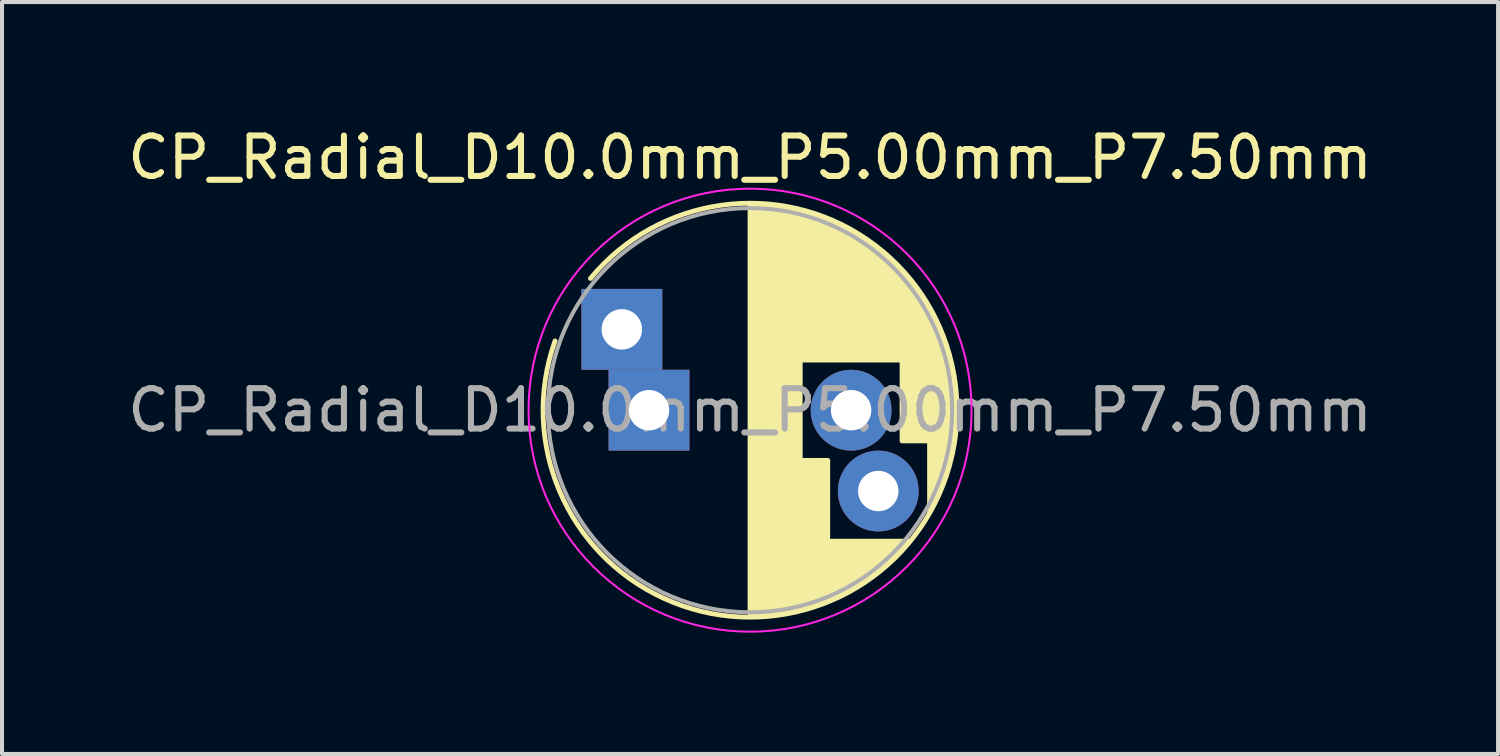
<source format=kicad_pcb>
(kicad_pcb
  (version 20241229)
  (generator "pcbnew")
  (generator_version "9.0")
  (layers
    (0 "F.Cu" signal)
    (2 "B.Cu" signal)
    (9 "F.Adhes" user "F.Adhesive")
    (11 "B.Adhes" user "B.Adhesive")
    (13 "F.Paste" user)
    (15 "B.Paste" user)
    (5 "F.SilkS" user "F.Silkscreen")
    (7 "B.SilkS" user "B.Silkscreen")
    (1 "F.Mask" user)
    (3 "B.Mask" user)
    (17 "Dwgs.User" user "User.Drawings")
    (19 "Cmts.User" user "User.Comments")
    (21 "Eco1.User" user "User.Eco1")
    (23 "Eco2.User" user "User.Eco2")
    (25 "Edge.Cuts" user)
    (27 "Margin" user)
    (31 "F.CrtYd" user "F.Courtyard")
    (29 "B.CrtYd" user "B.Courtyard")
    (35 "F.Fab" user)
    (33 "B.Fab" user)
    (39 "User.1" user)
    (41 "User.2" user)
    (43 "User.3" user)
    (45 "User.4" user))
  (footprint "CP_Radial_D10.0mm_P5.00mm_P7.50mm"
    (layer "F.Cu")
    (at 13.006 7.098)
    (property "Reference" "CP_Radial_D10.0mm_P5.00mm_P7.50mm" (at 2.5 -6.25 0) (layer "F.SilkS") (effects (font (size 1 1) (thickness 0.15))))
    (attr through_hole)
    (fp_line (start 2.5 -5.08) (end 2.5 5.08) (stroke (width 0.12) (type solid)) (layer "F.SilkS"))
    (fp_line (start 2.54 -5.08) (end 2.54 5.08) (stroke (width 0.12) (type solid)) (layer "F.SilkS"))
    (fp_line (start 2.58 -5.08) (end 2.58 5.08) (stroke (width 0.12) (type solid)) (layer "F.SilkS"))
    (fp_line (start 2.62 -5.079) (end 2.62 5.079) (stroke (width 0.12) (type solid)) (layer "F.SilkS"))
    (fp_line (start 2.66 -5.078) (end 2.66 5.078) (stroke (width 0.12) (type solid)) (layer "F.SilkS"))
    (fp_line (start 2.7 -5.077) (end 2.7 5.077) (stroke (width 0.12) (type solid)) (layer "F.SilkS"))
    (fp_line (start 2.74 -5.075) (end 2.74 5.075) (stroke (width 0.12) (type solid)) (layer "F.SilkS"))
    (fp_line (start 2.78 -5.073) (end 2.78 5.073) (stroke (width 0.12) (type solid)) (layer "F.SilkS"))
    (fp_line (start 2.82 -5.07) (end 2.82 5.07) (stroke (width 0.12) (type solid)) (layer "F.SilkS"))
    (fp_line (start 2.86 -5.068) (end 2.86 5.068) (stroke (width 0.12) (type solid)) (layer "F.SilkS"))
    (fp_line (start 2.9 -5.065) (end 2.9 5.065) (stroke (width 0.12) (type solid)) (layer "F.SilkS"))
    (fp_line (start 2.94 -5.062) (end 2.94 5.062) (stroke (width 0.12) (type solid)) (layer "F.SilkS"))
    (fp_line (start 2.98 -5.058) (end 2.98 5.058) (stroke (width 0.12) (type solid)) (layer "F.SilkS"))
    (fp_line (start 3.02 -5.054) (end 3.02 5.054) (stroke (width 0.12) (type solid)) (layer "F.SilkS"))
    (fp_line (start 3.06 -5.05) (end 3.06 5.05) (stroke (width 0.12) (type solid)) (layer "F.SilkS"))
    (fp_line (start 3.1 -5.045) (end 3.1 5.045) (stroke (width 0.12) (type solid)) (layer "F.SilkS"))
    (fp_line (start 3.14 -5.04) (end 3.14 5.04) (stroke (width 0.12) (type solid)) (layer "F.SilkS"))
    (fp_line (start 3.18 -5.035) (end 3.18 5.035) (stroke (width 0.12) (type solid)) (layer "F.SilkS"))
    (fp_line (start 3.221 -5.03) (end 3.221 5.03) (stroke (width 0.12) (type solid)) (layer "F.SilkS"))
    (fp_line (start 3.261 -5.024) (end 3.261 5.024) (stroke (width 0.12) (type solid)) (layer "F.SilkS"))
    (fp_line (start 3.301 -5.018) (end 3.301 5.018) (stroke (width 0.12) (type solid)) (layer "F.SilkS"))
    (fp_line (start 3.341 -5.011) (end 3.341 5.011) (stroke (width 0.12) (type solid)) (layer "F.SilkS"))
    (fp_line (start 3.381 -5.004) (end 3.381 5.004) (stroke (width 0.12) (type solid)) (layer "F.SilkS"))
    (fp_line (start 3.421 -4.997) (end 3.421 4.997) (stroke (width 0.12) (type solid)) (layer "F.SilkS"))
    (fp_line (start 3.461 -4.99) (end 3.461 4.99) (stroke (width 0.12) (type solid)) (layer "F.SilkS"))
    (fp_line (start 3.501 -4.982) (end 3.501 4.982) (stroke (width 0.12) (type solid)) (layer "F.SilkS"))
    (fp_line (start 3.541 -4.974) (end 3.541 4.974) (stroke (width 0.12) (type solid)) (layer "F.SilkS"))
    (fp_line (start 3.581 -4.965) (end 3.581 4.965) (stroke (width 0.12) (type solid)) (layer "F.SilkS"))
    (fp_line (start 3.621 -4.956) (end 3.621 4.956) (stroke (width 0.12) (type solid)) (layer "F.SilkS"))
    (fp_line (start 3.661 -4.947) (end 3.661 4.947) (stroke (width 0.12) (type solid)) (layer "F.SilkS"))
    (fp_line (start 3.701 -4.938) (end 3.701 4.938) (stroke (width 0.12) (type solid)) (layer "F.SilkS"))
    (fp_line (start 3.741 -4.928) (end 3.741 4.928) (stroke (width 0.12) (type solid)) (layer "F.SilkS"))
    (fp_line (start 3.781 -4.918) (end 3.781 -1.241) (stroke (width 0.12) (type solid)) (layer "F.SilkS"))
    (fp_line (start 3.781 1.241) (end 3.781 4.918) (stroke (width 0.12) (type solid)) (layer "F.SilkS"))
    (fp_line (start 3.821 -4.907) (end 3.821 -1.241) (stroke (width 0.12) (type solid)) (layer "F.SilkS"))
    (fp_line (start 3.821 1.241) (end 3.821 4.907) (stroke (width 0.12) (type solid)) (layer "F.SilkS"))
    (fp_line (start 3.861 -4.897) (end 3.861 -1.241) (stroke (width 0.12) (type solid)) (layer "F.SilkS"))
    (fp_line (start 3.861 1.241) (end 3.861 4.897) (stroke (width 0.12) (type solid)) (layer "F.SilkS"))
    (fp_line (start 3.901 -4.885) (end 3.901 -1.241) (stroke (width 0.12) (type solid)) (layer "F.SilkS"))
    (fp_line (start 3.901 1.241) (end 3.901 4.885) (stroke (width 0.12) (type solid)) (layer "F.SilkS"))
    (fp_line (start 3.941 -4.874) (end 3.941 -1.241) (stroke (width 0.12) (type solid)) (layer "F.SilkS"))
    (fp_line (start 3.941 1.241) (end 3.941 4.874) (stroke (width 0.12) (type solid)) (layer "F.SilkS"))
    (fp_line (start 3.981 -4.862) (end 3.981 -1.241) (stroke (width 0.12) (type solid)) (layer "F.SilkS"))
    (fp_line (start 3.981 1.241) (end 3.981 4.862) (stroke (width 0.12) (type solid)) (layer "F.SilkS"))
    (fp_line (start 4.021 -4.85) (end 4.021 -1.241) (stroke (width 0.12) (type solid)) (layer "F.SilkS"))
    (fp_line (start 4.021 1.241) (end 4.021 4.85) (stroke (width 0.12) (type solid)) (layer "F.SilkS"))
    (fp_line (start 4.061 -4.837) (end 4.061 -1.241) (stroke (width 0.12) (type solid)) (layer "F.SilkS"))
    (fp_line (start 4.061 1.241) (end 4.061 4.837) (stroke (width 0.12) (type solid)) (layer "F.SilkS"))
    (fp_line (start 4.101 -4.824) (end 4.101 -1.241) (stroke (width 0.12) (type solid)) (layer "F.SilkS"))
    (fp_line (start 4.101 1.241) (end 4.101 4.824) (stroke (width 0.12) (type solid)) (layer "F.SilkS"))
    (fp_line (start 4.141 -4.811) (end 4.141 -1.241) (stroke (width 0.12) (type solid)) (layer "F.SilkS"))
    (fp_line (start 4.141 1.241) (end 4.141 4.811) (stroke (width 0.12) (type solid)) (layer "F.SilkS"))
    (fp_line (start 4.181 -4.797) (end 4.181 -1.241) (stroke (width 0.12) (type solid)) (layer "F.SilkS"))
    (fp_line (start 4.181 1.241) (end 4.181 4.797) (stroke (width 0.12) (type solid)) (layer "F.SilkS"))
    (fp_line (start 4.221 -4.783) (end 4.221 -1.241) (stroke (width 0.12) (type solid)) (layer "F.SilkS"))
    (fp_line (start 4.221 1.241) (end 4.221 4.783) (stroke (width 0.12) (type solid)) (layer "F.SilkS"))
    (fp_line (start 4.261 -4.768) (end 4.261 -1.241) (stroke (width 0.12) (type solid)) (layer "F.SilkS"))
    (fp_line (start 4.261 1.241) (end 4.261 4.768) (stroke (width 0.12) (type solid)) (layer "F.SilkS"))
    (fp_line (start 4.301 -4.754) (end 4.301 -1.241) (stroke (width 0.12) (type solid)) (layer "F.SilkS"))
    (fp_line (start 4.301 1.241) (end 4.301 4.754) (stroke (width 0.12) (type solid)) (layer "F.SilkS"))
    (fp_line (start 4.341 -4.738) (end 4.341 -1.241) (stroke (width 0.12) (type solid)) (layer "F.SilkS"))
    (fp_line (start 4.341 1.241) (end 4.341 4.738) (stroke (width 0.12) (type solid)) (layer "F.SilkS"))
    (fp_line (start 4.381 -4.723) (end 4.381 -1.241) (stroke (width 0.12) (type solid)) (layer "F.SilkS"))
    (fp_line (start 4.381 1.241) (end 4.381 4.723) (stroke (width 0.12) (type solid)) (layer "F.SilkS"))
    (fp_line (start 4.421 -4.707) (end 4.421 -1.241) (stroke (width 0.12) (type solid)) (layer "F.SilkS"))
    (fp_line (start 4.421 1.241) (end 4.421 4.707) (stroke (width 0.12) (type solid)) (layer "F.SilkS"))
    (fp_line (start 4.461 -4.69) (end 4.461 -1.241) (stroke (width 0.12) (type solid)) (layer "F.SilkS"))
    (fp_line (start 4.461 3.24) (end 4.461 4.69) (stroke (width 0.12) (type solid)) (layer "F.SilkS"))
    (fp_line (start 4.501 -4.674) (end 4.501 -1.241) (stroke (width 0.12) (type solid)) (layer "F.SilkS"))
    (fp_line (start 4.501 3.24) (end 4.501 4.674) (stroke (width 0.12) (type solid)) (layer "F.SilkS"))
    (fp_line (start 4.541 -4.657) (end 4.541 -1.241) (stroke (width 0.12) (type solid)) (layer "F.SilkS"))
    (fp_line (start 4.541 3.24) (end 4.541 4.657) (stroke (width 0.12) (type solid)) (layer "F.SilkS"))
    (fp_line (start 4.581 -4.639) (end 4.581 -1.241) (stroke (width 0.12) (type solid)) (layer "F.SilkS"))
    (fp_line (start 4.581 3.24) (end 4.581 4.639) (stroke (width 0.12) (type solid)) (layer "F.SilkS"))
    (fp_line (start 4.621 -4.621) (end 4.621 -1.241) (stroke (width 0.12) (type solid)) (layer "F.SilkS"))
    (fp_line (start 4.621 3.24) (end 4.621 4.621) (stroke (width 0.12) (type solid)) (layer "F.SilkS"))
    (fp_line (start 4.661 -4.603) (end 4.661 -1.241) (stroke (width 0.12) (type solid)) (layer "F.SilkS"))
    (fp_line (start 4.661 3.24) (end 4.661 4.603) (stroke (width 0.12) (type solid)) (layer "F.SilkS"))
    (fp_line (start 4.701 -4.584) (end 4.701 -1.241) (stroke (width 0.12) (type solid)) (layer "F.SilkS"))
    (fp_line (start 4.701 3.24) (end 4.701 4.584) (stroke (width 0.12) (type solid)) (layer "F.SilkS"))
    (fp_line (start 4.741 -4.564) (end 4.741 -1.241) (stroke (width 0.12) (type solid)) (layer "F.SilkS"))
    (fp_line (start 4.741 3.24) (end 4.741 4.564) (stroke (width 0.12) (type solid)) (layer "F.SilkS"))
    (fp_line (start 4.781 -4.545) (end 4.781 -1.241) (stroke (width 0.12) (type solid)) (layer "F.SilkS"))
    (fp_line (start 4.781 3.24) (end 4.781 4.545) (stroke (width 0.12) (type solid)) (layer "F.SilkS"))
    (fp_line (start 4.821 -4.525) (end 4.821 -1.241) (stroke (width 0.12) (type solid)) (layer "F.SilkS"))
    (fp_line (start 4.821 3.24) (end 4.821 4.525) (stroke (width 0.12) (type solid)) (layer "F.SilkS"))
    (fp_line (start 4.861 -4.504) (end 4.861 -1.241) (stroke (width 0.12) (type solid)) (layer "F.SilkS"))
    (fp_line (start 4.861 3.24) (end 4.861 4.504) (stroke (width 0.12) (type solid)) (layer "F.SilkS"))
    (fp_line (start 4.901 -4.483) (end 4.901 -1.241) (stroke (width 0.12) (type solid)) (layer "F.SilkS"))
    (fp_line (start 4.901 3.24) (end 4.901 4.483) (stroke (width 0.12) (type solid)) (layer "F.SilkS"))
    (fp_line (start 4.941 -4.462) (end 4.941 -1.241) (stroke (width 0.12) (type solid)) (layer "F.SilkS"))
    (fp_line (start 4.941 3.24) (end 4.941 4.462) (stroke (width 0.12) (type solid)) (layer "F.SilkS"))
    (fp_line (start 4.981 -4.44) (end 4.981 -1.241) (stroke (width 0.12) (type solid)) (layer "F.SilkS"))
    (fp_line (start 4.981 3.24) (end 4.981 4.44) (stroke (width 0.12) (type solid)) (layer "F.SilkS"))
    (fp_line (start 5.021 -4.417) (end 5.021 -1.241) (stroke (width 0.12) (type solid)) (layer "F.SilkS"))
    (fp_line (start 5.021 3.24) (end 5.021 4.417) (stroke (width 0.12) (type solid)) (layer "F.SilkS"))
    (fp_line (start 5.061 -4.395) (end 5.061 -1.241) (stroke (width 0.12) (type solid)) (layer "F.SilkS"))
    (fp_line (start 5.061 3.24) (end 5.061 4.395) (stroke (width 0.12) (type solid)) (layer "F.SilkS"))
    (fp_line (start 5.101 -4.371) (end 5.101 -1.241) (stroke (width 0.12) (type solid)) (layer "F.SilkS"))
    (fp_line (start 5.101 3.24) (end 5.101 4.371) (stroke (width 0.12) (type solid)) (layer "F.SilkS"))
    (fp_line (start 5.141 -4.347) (end 5.141 -1.241) (stroke (width 0.12) (type solid)) (layer "F.SilkS"))
    (fp_line (start 5.141 3.24) (end 5.141 4.347) (stroke (width 0.12) (type solid)) (layer "F.SilkS"))
    (fp_line (start 5.181 -4.323) (end 5.181 -1.241) (stroke (width 0.12) (type solid)) (layer "F.SilkS"))
    (fp_line (start 5.181 3.24) (end 5.181 4.323) (stroke (width 0.12) (type solid)) (layer "F.SilkS"))
    (fp_line (start 5.221 -4.298) (end 5.221 -1.241) (stroke (width 0.12) (type solid)) (layer "F.SilkS"))
    (fp_line (start 5.221 3.24) (end 5.221 4.298) (stroke (width 0.12) (type solid)) (layer "F.SilkS"))
    (fp_line (start 5.261 -4.273) (end 5.261 -1.241) (stroke (width 0.12) (type solid)) (layer "F.SilkS"))
    (fp_line (start 5.261 3.24) (end 5.261 4.273) (stroke (width 0.12) (type solid)) (layer "F.SilkS"))
    (fp_line (start 5.301 -4.247) (end 5.301 -1.241) (stroke (width 0.12) (type solid)) (layer "F.SilkS"))
    (fp_line (start 5.301 3.24) (end 5.301 4.247) (stroke (width 0.12) (type solid)) (layer "F.SilkS"))
    (fp_line (start 5.341 -4.221) (end 5.341 -1.241) (stroke (width 0.12) (type solid)) (layer "F.SilkS"))
    (fp_line (start 5.341 3.24) (end 5.341 4.221) (stroke (width 0.12) (type solid)) (layer "F.SilkS"))
    (fp_line (start 5.381 -4.194) (end 5.381 -1.241) (stroke (width 0.12) (type solid)) (layer "F.SilkS"))
    (fp_line (start 5.381 3.24) (end 5.381 4.194) (stroke (width 0.12) (type solid)) (layer "F.SilkS"))
    (fp_line (start 5.421 -4.166) (end 5.421 -1.241) (stroke (width 0.12) (type solid)) (layer "F.SilkS"))
    (fp_line (start 5.421 3.24) (end 5.421 4.166) (stroke (width 0.12) (type solid)) (layer "F.SilkS"))
    (fp_line (start 5.461 -4.138) (end 5.461 -1.241) (stroke (width 0.12) (type solid)) (layer "F.SilkS"))
    (fp_line (start 5.461 3.24) (end 5.461 4.138) (stroke (width 0.12) (type solid)) (layer "F.SilkS"))
    (fp_line (start 5.501 -4.11) (end 5.501 -1.241) (stroke (width 0.12) (type solid)) (layer "F.SilkS"))
    (fp_line (start 5.501 3.24) (end 5.501 4.11) (stroke (width 0.12) (type solid)) (layer "F.SilkS"))
    (fp_line (start 5.541 -4.08) (end 5.541 -1.241) (stroke (width 0.12) (type solid)) (layer "F.SilkS"))
    (fp_line (start 5.541 3.24) (end 5.541 4.08) (stroke (width 0.12) (type solid)) (layer "F.SilkS"))
    (fp_line (start 5.581 -4.05) (end 5.581 -1.241) (stroke (width 0.12) (type solid)) (layer "F.SilkS"))
    (fp_line (start 5.581 3.24) (end 5.581 4.05) (stroke (width 0.12) (type solid)) (layer "F.SilkS"))
    (fp_line (start 5.621 -4.02) (end 5.621 -1.241) (stroke (width 0.12) (type solid)) (layer "F.SilkS"))
    (fp_line (start 5.621 3.24) (end 5.621 4.02) (stroke (width 0.12) (type solid)) (layer "F.SilkS"))
    (fp_line (start 5.661 -3.989) (end 5.661 -1.241) (stroke (width 0.12) (type solid)) (layer "F.SilkS"))
    (fp_line (start 5.661 3.24) (end 5.661 3.989) (stroke (width 0.12) (type solid)) (layer "F.SilkS"))
    (fp_line (start 5.701 -3.957) (end 5.701 -1.241) (stroke (width 0.12) (type solid)) (layer "F.SilkS"))
    (fp_line (start 5.701 3.24) (end 5.701 3.957) (stroke (width 0.12) (type solid)) (layer "F.SilkS"))
    (fp_line (start 5.741 -3.925) (end 5.741 -1.241) (stroke (width 0.12) (type solid)) (layer "F.SilkS"))
    (fp_line (start 5.741 3.24) (end 5.741 3.925) (stroke (width 0.12) (type solid)) (layer "F.SilkS"))
    (fp_line (start 5.781 -3.892) (end 5.781 -1.241) (stroke (width 0.12) (type solid)) (layer "F.SilkS"))
    (fp_line (start 5.781 3.24) (end 5.781 3.892) (stroke (width 0.12) (type solid)) (layer "F.SilkS"))
    (fp_line (start 5.821 -3.858) (end 5.821 -1.241) (stroke (width 0.12) (type solid)) (layer "F.SilkS"))
    (fp_line (start 5.821 3.24) (end 5.821 3.858) (stroke (width 0.12) (type solid)) (layer "F.SilkS"))
    (fp_line (start 5.861 -3.824) (end 5.861 -1.241) (stroke (width 0.12) (type solid)) (layer "F.SilkS"))
    (fp_line (start 5.861 3.24) (end 5.861 3.824) (stroke (width 0.12) (type solid)) (layer "F.SilkS"))
    (fp_line (start 5.901 -3.789) (end 5.901 -1.241) (stroke (width 0.12) (type solid)) (layer "F.SilkS"))
    (fp_line (start 5.901 3.24) (end 5.901 3.789) (stroke (width 0.12) (type solid)) (layer "F.SilkS"))
    (fp_line (start 5.941 -3.753) (end 5.941 -1.241) (stroke (width 0.12) (type solid)) (layer "F.SilkS"))
    (fp_line (start 5.941 3.24) (end 5.941 3.753) (stroke (width 0.12) (type solid)) (layer "F.SilkS"))
    (fp_line (start 5.981 -3.716) (end 5.981 -1.241) (stroke (width 0.12) (type solid)) (layer "F.SilkS"))
    (fp_line (start 5.981 3.24) (end 5.981 3.716) (stroke (width 0.12) (type solid)) (layer "F.SilkS"))
    (fp_line (start 6.021 -3.679) (end 6.021 -1.241) (stroke (width 0.12) (type solid)) (layer "F.SilkS"))
    (fp_line (start 6.021 3.24) (end 6.021 3.679) (stroke (width 0.12) (type solid)) (layer "F.SilkS"))
    (fp_line (start 6.061 -3.64) (end 6.061 -1.241) (stroke (width 0.12) (type solid)) (layer "F.SilkS"))
    (fp_line (start 6.061 3.24) (end 6.061 3.64) (stroke (width 0.12) (type solid)) (layer "F.SilkS"))
    (fp_line (start 6.101 -3.601) (end 6.101 -1.241) (stroke (width 0.12) (type solid)) (layer "F.SilkS"))
    (fp_line (start 6.101 3.24) (end 6.101 3.601) (stroke (width 0.12) (type solid)) (layer "F.SilkS"))
    (fp_line (start 6.141 -3.561) (end 6.141 -1.241) (stroke (width 0.12) (type solid)) (layer "F.SilkS"))
    (fp_line (start 6.141 3.24) (end 6.141 3.561) (stroke (width 0.12) (type solid)) (layer "F.SilkS"))
    (fp_line (start 6.181 -3.52) (end 6.181 -1.241) (stroke (width 0.12) (type solid)) (layer "F.SilkS"))
    (fp_line (start 6.181 3.24) (end 6.181 3.52) (stroke (width 0.12) (type solid)) (layer "F.SilkS"))
    (fp_line (start 6.221 -3.478) (end 6.221 -1.241) (stroke (width 0.12) (type solid)) (layer "F.SilkS"))
    (fp_line (start 6.221 3.24) (end 6.221 3.478) (stroke (width 0.12) (type solid)) (layer "F.SilkS"))
    (fp_line (start 6.261 -3.436) (end 6.261 0.76) (stroke (width 0.12) (type solid)) (layer "F.SilkS"))
    (fp_line (start 6.261 3.24) (end 6.261 3.436) (stroke (width 0.12) (type solid)) (layer "F.SilkS"))
    (fp_line (start 6.301 -3.392) (end 6.301 0.76) (stroke (width 0.12) (type solid)) (layer "F.SilkS"))
    (fp_line (start 6.301 3.24) (end 6.301 3.392) (stroke (width 0.12) (type solid)) (layer "F.SilkS"))
    (fp_line (start 6.341 -3.347) (end 6.341 0.76) (stroke (width 0.12) (type solid)) (layer "F.SilkS"))
    (fp_line (start 6.341 3.24) (end 6.341 3.347) (stroke (width 0.12) (type solid)) (layer "F.SilkS"))
    (fp_line (start 6.381 -3.301) (end 6.381 0.76) (stroke (width 0.12) (type solid)) (layer "F.SilkS"))
    (fp_line (start 6.381 3.24) (end 6.381 3.301) (stroke (width 0.12) (type solid)) (layer "F.SilkS"))
    (fp_line (start 6.421 -3.254) (end 6.421 0.76) (stroke (width 0.12) (type solid)) (layer "F.SilkS"))
    (fp_line (start 6.421 3.24) (end 6.421 3.254) (stroke (width 0.12) (type solid)) (layer "F.SilkS"))
    (fp_line (start 6.461 -3.206) (end 6.461 0.76) (stroke (width 0.12) (type solid)) (layer "F.SilkS"))
    (fp_line (start 6.501 -3.156) (end 6.501 0.76) (stroke (width 0.12) (type solid)) (layer "F.SilkS"))
    (fp_line (start 6.541 -3.106) (end 6.541 0.76) (stroke (width 0.12) (type solid)) (layer "F.SilkS"))
    (fp_line (start 6.581 -3.054) (end 6.581 0.76) (stroke (width 0.12) (type solid)) (layer "F.SilkS"))
    (fp_line (start 6.621 -3) (end 6.621 0.76) (stroke (width 0.12) (type solid)) (layer "F.SilkS"))
    (fp_line (start 6.661 -2.945) (end 6.661 0.76) (stroke (width 0.12) (type solid)) (layer "F.SilkS"))
    (fp_line (start 6.701 -2.889) (end 6.701 0.76) (stroke (width 0.12) (type solid)) (layer "F.SilkS"))
    (fp_line (start 6.741 -2.83) (end 6.741 0.76) (stroke (width 0.12) (type solid)) (layer "F.SilkS"))
    (fp_line (start 6.781 -2.77) (end 6.781 0.76) (stroke (width 0.12) (type solid)) (layer "F.SilkS"))
    (fp_line (start 6.821 -2.709) (end 6.821 0.76) (stroke (width 0.12) (type solid)) (layer "F.SilkS"))
    (fp_line (start 6.861 -2.645) (end 6.861 0.76) (stroke (width 0.12) (type solid)) (layer "F.SilkS"))
    (fp_line (start 6.901 -2.579) (end 6.901 0.76) (stroke (width 0.12) (type solid)) (layer "F.SilkS"))
    (fp_line (start 6.941 -2.51) (end 6.941 2.51) (stroke (width 0.12) (type solid)) (layer "F.SilkS"))
    (fp_line (start 6.981 -2.439) (end 6.981 2.439) (stroke (width 0.12) (type solid)) (layer "F.SilkS"))
    (fp_line (start 7.021 -2.365) (end 7.021 2.365) (stroke (width 0.12) (type solid)) (layer "F.SilkS"))
    (fp_line (start 7.061 -2.289) (end 7.061 2.289) (stroke (width 0.12) (type solid)) (layer "F.SilkS"))
    (fp_line (start 7.101 -2.209) (end 7.101 2.209) (stroke (width 0.12) (type solid)) (layer "F.SilkS"))
    (fp_line (start 7.141 -2.125) (end 7.141 2.125) (stroke (width 0.12) (type solid)) (layer "F.SilkS"))
    (fp_line (start 7.181 -2.037) (end 7.181 2.037) (stroke (width 0.12) (type solid)) (layer "F.SilkS"))
    (fp_line (start 7.221 -1.944) (end 7.221 1.944) (stroke (width 0.12) (type solid)) (layer "F.SilkS"))
    (fp_line (start 7.261 -1.846) (end 7.261 1.846) (stroke (width 0.12) (type solid)) (layer "F.SilkS"))
    (fp_line (start 7.301 -1.742) (end 7.301 1.742) (stroke (width 0.12) (type solid)) (layer "F.SilkS"))
    (fp_line (start 7.341 -1.63) (end 7.341 1.63) (stroke (width 0.12) (type solid)) (layer "F.SilkS"))
    (fp_line (start 7.381 -1.51) (end 7.381 1.51) (stroke (width 0.12) (type solid)) (layer "F.SilkS"))
    (fp_line (start 7.421 -1.378) (end 7.421 1.378) (stroke (width 0.12) (type solid)) (layer "F.SilkS"))
    (fp_line (start 7.461 -1.23) (end 7.461 1.23) (stroke (width 0.12) (type solid)) (layer "F.SilkS"))
    (fp_line (start 7.501 -1.062) (end 7.501 1.062) (stroke (width 0.12) (type solid)) (layer "F.SilkS"))
    (fp_line (start 7.541 -0.862) (end 7.541 0.862) (stroke (width 0.12) (type solid)) (layer "F.SilkS"))
    (fp_line (start 7.581 -0.599) (end 7.581 0.599) (stroke (width 0.12) (type solid)) (layer "F.SilkS"))
    (fp_arc (start -1.448012 -3.26) (mid 6.954126 2.524908) (end -2.324903 -1.713098) (stroke (width 0.12) (type solid)) (layer "F.SilkS"))
    (fp_circle (center 2.5 0) (end 7.98 0) (stroke (width 0.05) (type solid)) (fill no) (layer "F.CrtYd"))
    (fp_circle (center 2.5 0) (end 7.5 0) (stroke (width 0.1) (type solid)) (fill no) (layer "F.Fab"))
    (fp_text user "${REFERENCE}" (at 2.5 0 0) (layer "F.Fab") (effects (font (size 1 1) (thickness 0.15))))
    (pad "1" thru_hole rect (at -0.672 -2) (size 2 2) (drill 1) (layers "*.Cu" "*.Mask"))
    (pad "1" thru_hole rect (at 0 0) (size 2 2) (drill 1) (layers "*.Cu" "*.Mask"))
    (pad "2" thru_hole circle (at 5 0) (size 2 2) (drill 1) (layers "*.Cu" "*.Mask"))
    (pad "2" thru_hole circle (at 5.672 2) (size 2 2) (drill 1) (layers "*.Cu" "*.Mask")))
  (gr_rect
    (start -3 -3)
    (end 34.012 15.603)
    (stroke (width 0.1) (type default))
    (fill no)
    (layer "Edge.Cuts")))
</source>
